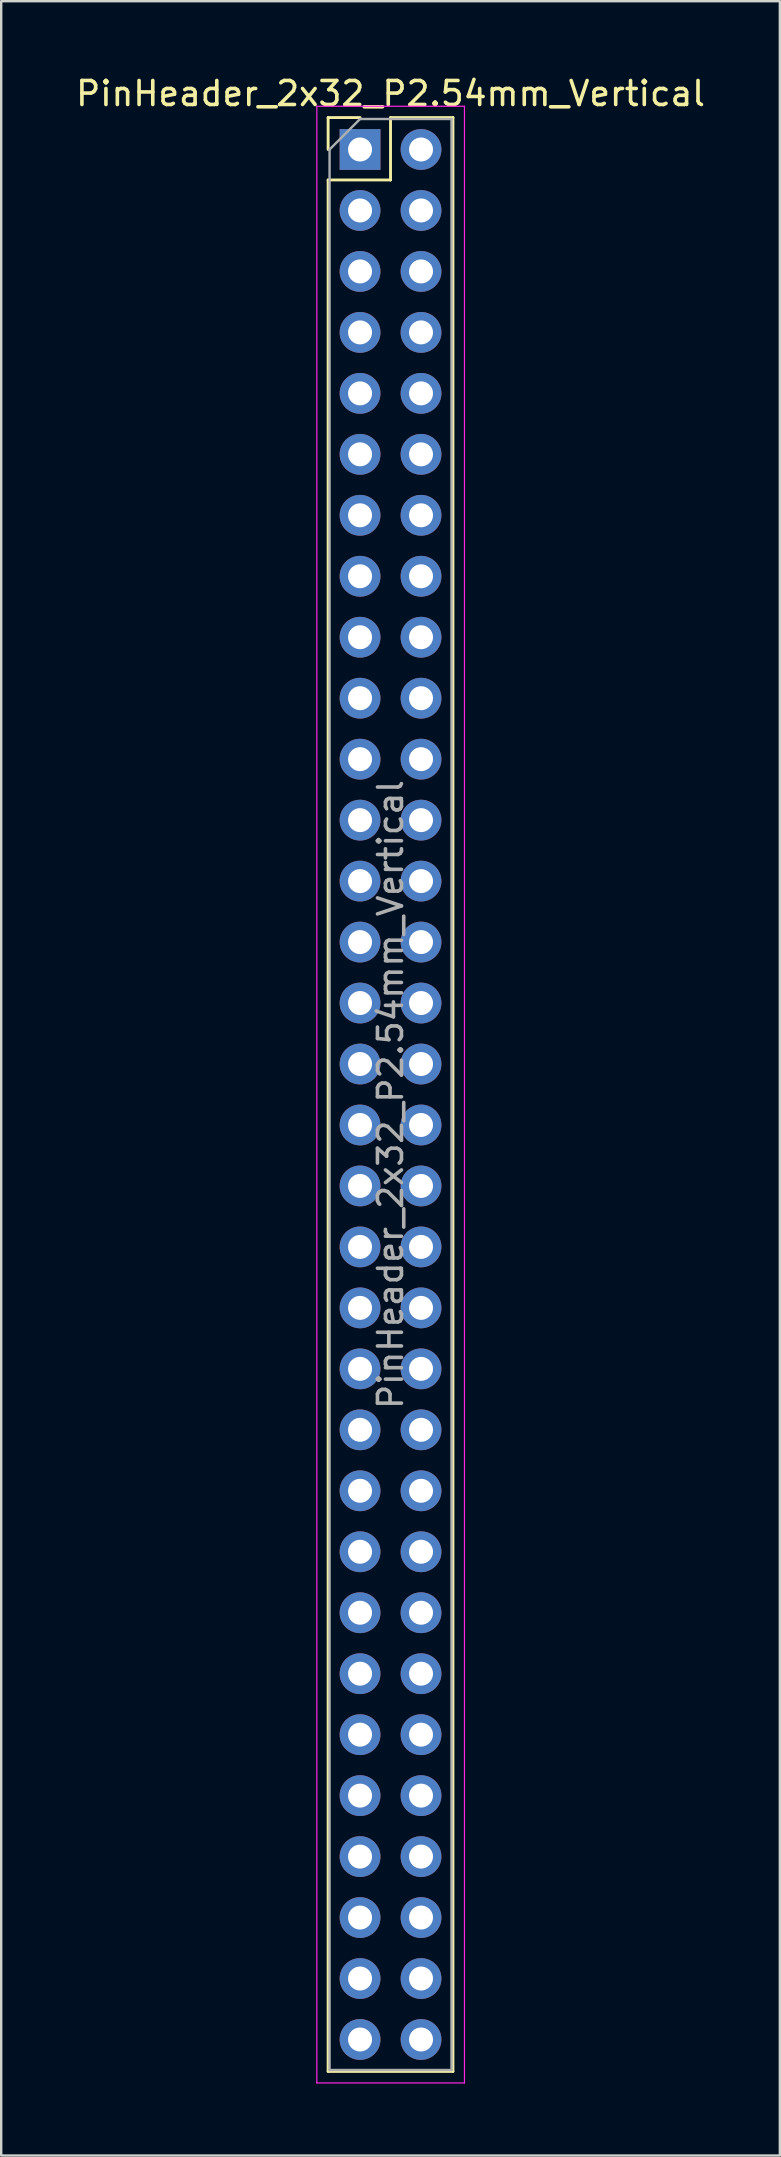
<source format=kicad_pcb>
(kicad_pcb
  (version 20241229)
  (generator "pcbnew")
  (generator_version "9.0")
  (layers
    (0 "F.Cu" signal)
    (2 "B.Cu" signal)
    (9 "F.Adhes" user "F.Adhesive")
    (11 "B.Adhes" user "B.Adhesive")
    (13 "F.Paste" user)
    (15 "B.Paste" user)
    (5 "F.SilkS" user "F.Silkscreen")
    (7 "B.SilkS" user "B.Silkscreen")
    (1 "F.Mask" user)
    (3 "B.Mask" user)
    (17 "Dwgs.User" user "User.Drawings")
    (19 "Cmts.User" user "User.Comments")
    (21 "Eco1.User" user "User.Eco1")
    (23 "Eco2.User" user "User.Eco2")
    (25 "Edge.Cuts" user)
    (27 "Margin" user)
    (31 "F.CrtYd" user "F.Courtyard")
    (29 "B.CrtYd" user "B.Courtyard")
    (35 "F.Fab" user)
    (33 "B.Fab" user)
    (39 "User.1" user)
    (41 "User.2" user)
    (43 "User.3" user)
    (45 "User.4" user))
  (footprint "PinHeader_2x32_P2.54mm_Vertical"
    (layer "F.Cu")
    (at 11.95 3.178)
    (property "Reference" "PinHeader_2x32_P2.54mm_Vertical" (at 1.27 -2.33 0) (layer "F.SilkS") (effects (font (size 1 1) (thickness 0.15))))
    (attr through_hole)
    (fp_line (start -1.33 -1.33) (end 0 -1.33) (stroke (width 0.12) (type solid)) (layer "F.SilkS"))
    (fp_line (start -1.33 0) (end -1.33 -1.33) (stroke (width 0.12) (type solid)) (layer "F.SilkS"))
    (fp_line (start -1.33 1.27) (end -1.33 80.07) (stroke (width 0.12) (type solid)) (layer "F.SilkS"))
    (fp_line (start -1.33 1.27) (end 1.27 1.27) (stroke (width 0.12) (type solid)) (layer "F.SilkS"))
    (fp_line (start -1.33 80.07) (end 3.87 80.07) (stroke (width 0.12) (type solid)) (layer "F.SilkS"))
    (fp_line (start 1.27 -1.33) (end 3.87 -1.33) (stroke (width 0.12) (type solid)) (layer "F.SilkS"))
    (fp_line (start 1.27 1.27) (end 1.27 -1.33) (stroke (width 0.12) (type solid)) (layer "F.SilkS"))
    (fp_line (start 3.87 -1.33) (end 3.87 80.07) (stroke (width 0.12) (type solid)) (layer "F.SilkS"))
    (fp_line (start -1.8 -1.8) (end -1.8 80.55) (stroke (width 0.05) (type solid)) (layer "F.CrtYd"))
    (fp_line (start -1.8 80.55) (end 4.35 80.55) (stroke (width 0.05) (type solid)) (layer "F.CrtYd"))
    (fp_line (start 4.35 -1.8) (end -1.8 -1.8) (stroke (width 0.05) (type solid)) (layer "F.CrtYd"))
    (fp_line (start 4.35 80.55) (end 4.35 -1.8) (stroke (width 0.05) (type solid)) (layer "F.CrtYd"))
    (fp_line (start -1.27 0) (end 0 -1.27) (stroke (width 0.1) (type solid)) (layer "F.Fab"))
    (fp_line (start -1.27 80.01) (end -1.27 0) (stroke (width 0.1) (type solid)) (layer "F.Fab"))
    (fp_line (start 0 -1.27) (end 3.81 -1.27) (stroke (width 0.1) (type solid)) (layer "F.Fab"))
    (fp_line (start 3.81 -1.27) (end 3.81 80.01) (stroke (width 0.1) (type solid)) (layer "F.Fab"))
    (fp_line (start 3.81 80.01) (end -1.27 80.01) (stroke (width 0.1) (type solid)) (layer "F.Fab"))
    (fp_text user "${REFERENCE}" (at 1.27 39.37 90) (layer "F.Fab") (effects (font (size 1 1) (thickness 0.15))))
    (pad "1" thru_hole rect (at 0 0) (size 1.7 1.7) (drill 1) (layers "*.Cu" "*.Mask"))
    (pad "2" thru_hole oval (at 2.54 0) (size 1.7 1.7) (drill 1) (layers "*.Cu" "*.Mask"))
    (pad "3" thru_hole oval (at 0 2.54) (size 1.7 1.7) (drill 1) (layers "*.Cu" "*.Mask"))
    (pad "4" thru_hole oval (at 2.54 2.54) (size 1.7 1.7) (drill 1) (layers "*.Cu" "*.Mask"))
    (pad "5" thru_hole oval (at 0 5.08) (size 1.7 1.7) (drill 1) (layers "*.Cu" "*.Mask"))
    (pad "6" thru_hole oval (at 2.54 5.08) (size 1.7 1.7) (drill 1) (layers "*.Cu" "*.Mask"))
    (pad "7" thru_hole oval (at 0 7.62) (size 1.7 1.7) (drill 1) (layers "*.Cu" "*.Mask"))
    (pad "8" thru_hole oval (at 2.54 7.62) (size 1.7 1.7) (drill 1) (layers "*.Cu" "*.Mask"))
    (pad "9" thru_hole oval (at 0 10.16) (size 1.7 1.7) (drill 1) (layers "*.Cu" "*.Mask"))
    (pad "10" thru_hole oval (at 2.54 10.16) (size 1.7 1.7) (drill 1) (layers "*.Cu" "*.Mask"))
    (pad "11" thru_hole oval (at 0 12.7) (size 1.7 1.7) (drill 1) (layers "*.Cu" "*.Mask"))
    (pad "12" thru_hole oval (at 2.54 12.7) (size 1.7 1.7) (drill 1) (layers "*.Cu" "*.Mask"))
    (pad "13" thru_hole oval (at 0 15.24) (size 1.7 1.7) (drill 1) (layers "*.Cu" "*.Mask"))
    (pad "14" thru_hole oval (at 2.54 15.24) (size 1.7 1.7) (drill 1) (layers "*.Cu" "*.Mask"))
    (pad "15" thru_hole oval (at 0 17.78) (size 1.7 1.7) (drill 1) (layers "*.Cu" "*.Mask"))
    (pad "16" thru_hole oval (at 2.54 17.78) (size 1.7 1.7) (drill 1) (layers "*.Cu" "*.Mask"))
    (pad "17" thru_hole oval (at 0 20.32) (size 1.7 1.7) (drill 1) (layers "*.Cu" "*.Mask"))
    (pad "18" thru_hole oval (at 2.54 20.32) (size 1.7 1.7) (drill 1) (layers "*.Cu" "*.Mask"))
    (pad "19" thru_hole oval (at 0 22.86) (size 1.7 1.7) (drill 1) (layers "*.Cu" "*.Mask"))
    (pad "20" thru_hole oval (at 2.54 22.86) (size 1.7 1.7) (drill 1) (layers "*.Cu" "*.Mask"))
    (pad "21" thru_hole oval (at 0 25.4) (size 1.7 1.7) (drill 1) (layers "*.Cu" "*.Mask"))
    (pad "22" thru_hole oval (at 2.54 25.4) (size 1.7 1.7) (drill 1) (layers "*.Cu" "*.Mask"))
    (pad "23" thru_hole oval (at 0 27.94) (size 1.7 1.7) (drill 1) (layers "*.Cu" "*.Mask"))
    (pad "24" thru_hole oval (at 2.54 27.94) (size 1.7 1.7) (drill 1) (layers "*.Cu" "*.Mask"))
    (pad "25" thru_hole oval (at 0 30.48) (size 1.7 1.7) (drill 1) (layers "*.Cu" "*.Mask"))
    (pad "26" thru_hole oval (at 2.54 30.48) (size 1.7 1.7) (drill 1) (layers "*.Cu" "*.Mask"))
    (pad "27" thru_hole oval (at 0 33.02) (size 1.7 1.7) (drill 1) (layers "*.Cu" "*.Mask"))
    (pad "28" thru_hole oval (at 2.54 33.02) (size 1.7 1.7) (drill 1) (layers "*.Cu" "*.Mask"))
    (pad "29" thru_hole oval (at 0 35.56) (size 1.7 1.7) (drill 1) (layers "*.Cu" "*.Mask"))
    (pad "30" thru_hole oval (at 2.54 35.56) (size 1.7 1.7) (drill 1) (layers "*.Cu" "*.Mask"))
    (pad "31" thru_hole oval (at 0 38.1) (size 1.7 1.7) (drill 1) (layers "*.Cu" "*.Mask"))
    (pad "32" thru_hole oval (at 2.54 38.1) (size 1.7 1.7) (drill 1) (layers "*.Cu" "*.Mask"))
    (pad "33" thru_hole oval (at 0 40.64) (size 1.7 1.7) (drill 1) (layers "*.Cu" "*.Mask"))
    (pad "34" thru_hole oval (at 2.54 40.64) (size 1.7 1.7) (drill 1) (layers "*.Cu" "*.Mask"))
    (pad "35" thru_hole oval (at 0 43.18) (size 1.7 1.7) (drill 1) (layers "*.Cu" "*.Mask"))
    (pad "36" thru_hole oval (at 2.54 43.18) (size 1.7 1.7) (drill 1) (layers "*.Cu" "*.Mask"))
    (pad "37" thru_hole oval (at 0 45.72) (size 1.7 1.7) (drill 1) (layers "*.Cu" "*.Mask"))
    (pad "38" thru_hole oval (at 2.54 45.72) (size 1.7 1.7) (drill 1) (layers "*.Cu" "*.Mask"))
    (pad "39" thru_hole oval (at 0 48.26) (size 1.7 1.7) (drill 1) (layers "*.Cu" "*.Mask"))
    (pad "40" thru_hole oval (at 2.54 48.26) (size 1.7 1.7) (drill 1) (layers "*.Cu" "*.Mask"))
    (pad "41" thru_hole oval (at 0 50.8) (size 1.7 1.7) (drill 1) (layers "*.Cu" "*.Mask"))
    (pad "42" thru_hole oval (at 2.54 50.8) (size 1.7 1.7) (drill 1) (layers "*.Cu" "*.Mask"))
    (pad "43" thru_hole oval (at 0 53.34) (size 1.7 1.7) (drill 1) (layers "*.Cu" "*.Mask"))
    (pad "44" thru_hole oval (at 2.54 53.34) (size 1.7 1.7) (drill 1) (layers "*.Cu" "*.Mask"))
    (pad "45" thru_hole oval (at 0 55.88) (size 1.7 1.7) (drill 1) (layers "*.Cu" "*.Mask"))
    (pad "46" thru_hole oval (at 2.54 55.88) (size 1.7 1.7) (drill 1) (layers "*.Cu" "*.Mask"))
    (pad "47" thru_hole oval (at 0 58.42) (size 1.7 1.7) (drill 1) (layers "*.Cu" "*.Mask"))
    (pad "48" thru_hole oval (at 2.54 58.42) (size 1.7 1.7) (drill 1) (layers "*.Cu" "*.Mask"))
    (pad "49" thru_hole oval (at 0 60.96) (size 1.7 1.7) (drill 1) (layers "*.Cu" "*.Mask"))
    (pad "50" thru_hole oval (at 2.54 60.96) (size 1.7 1.7) (drill 1) (layers "*.Cu" "*.Mask"))
    (pad "51" thru_hole oval (at 0 63.5) (size 1.7 1.7) (drill 1) (layers "*.Cu" "*.Mask"))
    (pad "52" thru_hole oval (at 2.54 63.5) (size 1.7 1.7) (drill 1) (layers "*.Cu" "*.Mask"))
    (pad "53" thru_hole oval (at 0 66.04) (size 1.7 1.7) (drill 1) (layers "*.Cu" "*.Mask"))
    (pad "54" thru_hole oval (at 2.54 66.04) (size 1.7 1.7) (drill 1) (layers "*.Cu" "*.Mask"))
    (pad "55" thru_hole oval (at 0 68.58) (size 1.7 1.7) (drill 1) (layers "*.Cu" "*.Mask"))
    (pad "56" thru_hole oval (at 2.54 68.58) (size 1.7 1.7) (drill 1) (layers "*.Cu" "*.Mask"))
    (pad "57" thru_hole oval (at 0 71.12) (size 1.7 1.7) (drill 1) (layers "*.Cu" "*.Mask"))
    (pad "58" thru_hole oval (at 2.54 71.12) (size 1.7 1.7) (drill 1) (layers "*.Cu" "*.Mask"))
    (pad "59" thru_hole oval (at 0 73.66) (size 1.7 1.7) (drill 1) (layers "*.Cu" "*.Mask"))
    (pad "60" thru_hole oval (at 2.54 73.66) (size 1.7 1.7) (drill 1) (layers "*.Cu" "*.Mask"))
    (pad "61" thru_hole oval (at 0 76.2) (size 1.7 1.7) (drill 1) (layers "*.Cu" "*.Mask"))
    (pad "62" thru_hole oval (at 2.54 76.2) (size 1.7 1.7) (drill 1) (layers "*.Cu" "*.Mask"))
    (pad "63" thru_hole oval (at 0 78.74) (size 1.7 1.7) (drill 1) (layers "*.Cu" "*.Mask"))
    (pad "64" thru_hole oval (at 2.54 78.74) (size 1.7 1.7) (drill 1) (layers "*.Cu" "*.Mask")))
  (gr_rect
    (start -3 -3)
    (end 29.44 86.753)
    (stroke (width 0.1) (type default))
    (fill no)
    (layer "Edge.Cuts")))
</source>
